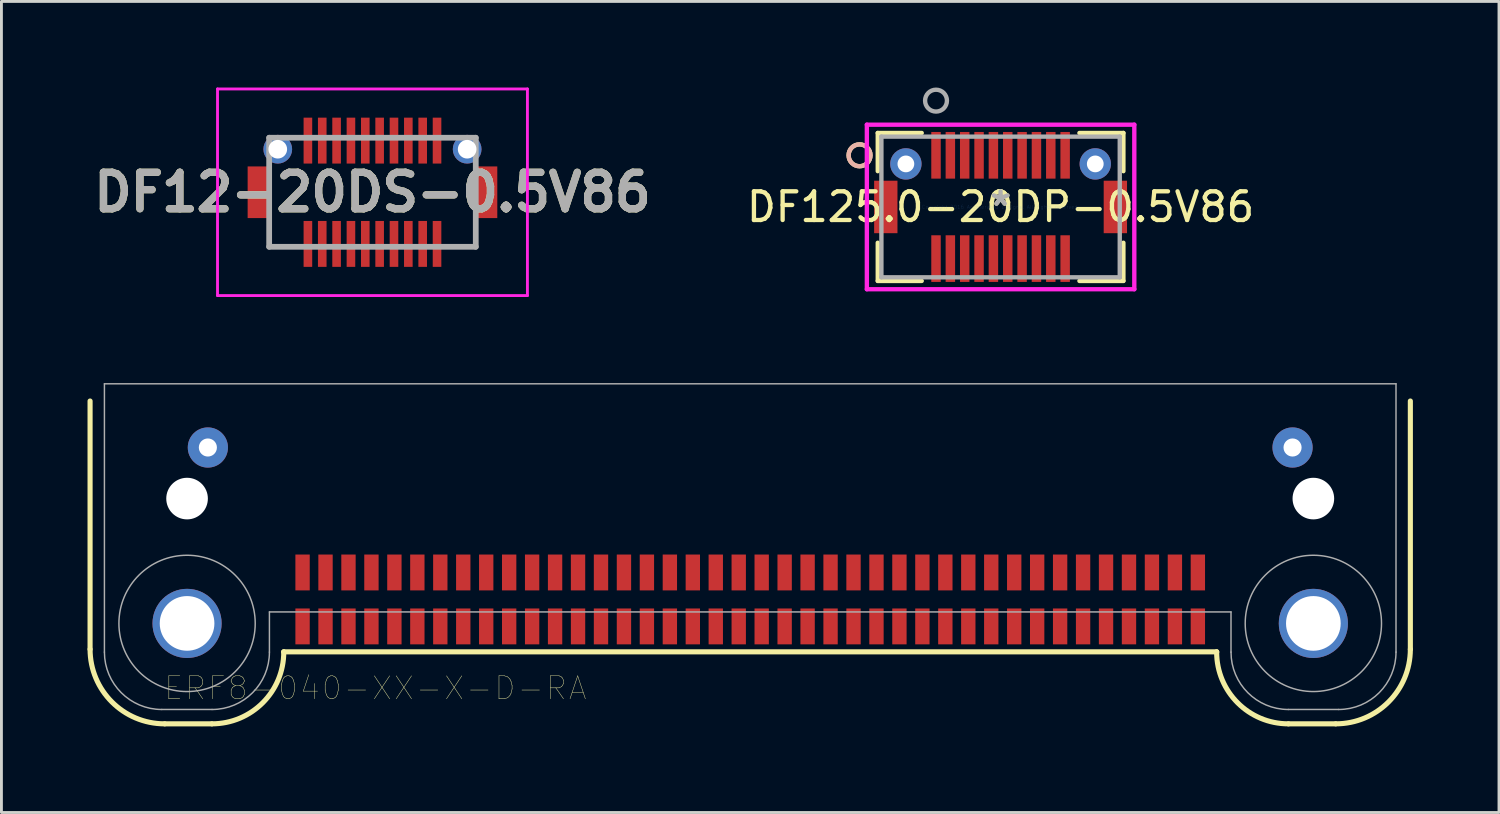
<source format=kicad_pcb>
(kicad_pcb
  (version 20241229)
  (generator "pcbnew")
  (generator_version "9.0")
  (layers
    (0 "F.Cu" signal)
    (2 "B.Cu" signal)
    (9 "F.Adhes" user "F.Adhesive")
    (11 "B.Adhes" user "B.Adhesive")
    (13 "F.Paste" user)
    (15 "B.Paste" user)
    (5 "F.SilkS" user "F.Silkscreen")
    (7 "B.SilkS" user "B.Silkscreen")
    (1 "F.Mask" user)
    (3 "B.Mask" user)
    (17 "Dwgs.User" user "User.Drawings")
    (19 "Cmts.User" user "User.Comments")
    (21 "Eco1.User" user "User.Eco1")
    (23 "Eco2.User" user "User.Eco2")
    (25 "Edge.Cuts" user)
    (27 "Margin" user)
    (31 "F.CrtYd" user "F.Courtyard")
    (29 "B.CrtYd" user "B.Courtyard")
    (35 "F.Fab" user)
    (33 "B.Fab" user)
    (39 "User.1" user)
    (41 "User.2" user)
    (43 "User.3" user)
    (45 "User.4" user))
  (footprint "ERF8-040-XX-X-D-RA"
    (layer "F.Cu")
    (at 23.094 17.84)
    (property "Reference" "ERF8-040-XX-X-D-RA" (at -13.06 3.092 0) (layer "F.SilkS") (effects (font (size 0.8 0.8) (thickness 0.015))))
    (attr through_hole)
    (fp_line (start -23.005 1.735) (end -23.005 -6.915) (stroke (width 0.178) (type solid)) (layer "F.SilkS"))
    (fp_line (start -18.759 4.335) (end -20.405 4.335) (stroke (width 0.178) (type solid)) (layer "F.SilkS"))
    (fp_line (start -16.255 1.825) (end -16.255 1.831) (stroke (width 0.178) (type solid)) (layer "F.SilkS"))
    (fp_line (start 16.255 1.825) (end -16.255 1.825) (stroke (width 0.178) (type solid)) (layer "F.SilkS"))
    (fp_line (start 16.255 1.835) (end 16.255 1.825) (stroke (width 0.178) (type solid)) (layer "F.SilkS"))
    (fp_line (start 20.405 4.335) (end 18.755 4.335) (stroke (width 0.178) (type solid)) (layer "F.SilkS"))
    (fp_line (start 23.005 -6.915) (end 23.005 1.735) (stroke (width 0.178) (type solid)) (layer "F.SilkS"))
    (fp_arc (start -20.405 4.335) (mid -22.243478 3.573478) (end -23.005 1.735) (stroke (width 0.1778) (type solid)) (layer "F.SilkS"))
    (fp_arc (start -16.255 1.831) (mid -16.988405 3.601595) (end -18.759 4.335) (stroke (width 0.1778) (type solid)) (layer "F.SilkS"))
    (fp_arc (start 18.755 4.335) (mid 16.987233 3.602767) (end 16.255 1.835) (stroke (width 0.1778) (type solid)) (layer "F.SilkS"))
    (fp_arc (start 23.005 1.735) (mid 22.243478 3.573478) (end 20.405 4.335) (stroke (width 0.1778) (type solid)) (layer "F.SilkS"))
    (fp_line (start -22.505 -7.515) (end 22.505 -7.515) (stroke (width 0.051) (type solid)) (layer "F.Fab"))
    (fp_line (start -22.505 1.835) (end -22.505 -7.515) (stroke (width 0.051) (type solid)) (layer "F.Fab"))
    (fp_line (start -18.755 3.835) (end -20.505 3.835) (stroke (width 0.051) (type solid)) (layer "F.Fab"))
    (fp_line (start -16.755 0.435) (end -16.755 1.835) (stroke (width 0.051) (type solid)) (layer "F.Fab"))
    (fp_line (start 16.755 0.435) (end -16.755 0.435) (stroke (width 0.051) (type solid)) (layer "F.Fab"))
    (fp_line (start 16.755 1.835) (end 16.755 0.435) (stroke (width 0.051) (type solid)) (layer "F.Fab"))
    (fp_line (start 20.505 3.835) (end 18.755 3.835) (stroke (width 0.051) (type solid)) (layer "F.Fab"))
    (fp_line (start 22.505 -7.515) (end 22.505 1.835) (stroke (width 0.051) (type solid)) (layer "F.Fab"))
    (fp_arc (start -20.505 3.835) (mid -21.919214 3.249214) (end -22.505 1.835) (stroke (width 0.0508) (type solid)) (layer "F.Fab"))
    (fp_arc (start -16.755 1.835) (mid -17.340786 3.249214) (end -18.755 3.835) (stroke (width 0.0508) (type solid)) (layer "F.Fab"))
    (fp_arc (start 18.755 3.835) (mid 17.340786 3.249214) (end 16.755 1.835) (stroke (width 0.0508) (type solid)) (layer "F.Fab"))
    (fp_arc (start 22.505 1.835) (mid 21.919214 3.249214) (end 20.505 3.835) (stroke (width 0.0508) (type solid)) (layer "F.Fab"))
    (fp_circle (center -19.625 0.835) (end -17.25 0.835) (stroke (width 0.051) (type solid)) (fill no) (layer "F.Fab"))
    (fp_circle (center 19.625 0.835) (end 22 0.835) (stroke (width 0.051) (type solid)) (fill no) (layer "F.Fab"))
    (pad "" np_thru_hole circle (at -19.625 -3.515) (size 1.45 1.45) (drill 1.45) (layers "*.Cu" "*.Mask"))
    (pad "" np_thru_hole circle (at 19.625 -3.515) (size 1.45 1.45) (drill 1.45) (layers "*.Cu" "*.Mask"))
    (pad "1" smd rect (at 15.6 -0.94) (size 0.5 1.25) (layers "F.Cu" "F.Mask" "F.Paste"))
    (pad "2" smd rect (at 15.6 0.94) (size 0.5 1.25) (layers "F.Cu" "F.Mask" "F.Paste"))
    (pad "3" smd rect (at 14.8 -0.94) (size 0.5 1.25) (layers "F.Cu" "F.Mask" "F.Paste"))
    (pad "4" smd rect (at 14.8 0.94) (size 0.5 1.25) (layers "F.Cu" "F.Mask" "F.Paste"))
    (pad "5" smd rect (at 14 -0.94) (size 0.5 1.25) (layers "F.Cu" "F.Mask" "F.Paste"))
    (pad "6" smd rect (at 14 0.94) (size 0.5 1.25) (layers "F.Cu" "F.Mask" "F.Paste"))
    (pad "7" smd rect (at 13.2 -0.94) (size 0.5 1.25) (layers "F.Cu" "F.Mask" "F.Paste"))
    (pad "8" smd rect (at 13.2 0.94) (size 0.5 1.25) (layers "F.Cu" "F.Mask" "F.Paste"))
    (pad "9" smd rect (at 12.4 -0.94) (size 0.5 1.25) (layers "F.Cu" "F.Mask" "F.Paste"))
    (pad "10" smd rect (at 12.4 0.94) (size 0.5 1.25) (layers "F.Cu" "F.Mask" "F.Paste"))
    (pad "11" smd rect (at 11.6 -0.94) (size 0.5 1.25) (layers "F.Cu" "F.Mask" "F.Paste"))
    (pad "12" smd rect (at 11.6 0.94) (size 0.5 1.25) (layers "F.Cu" "F.Mask" "F.Paste"))
    (pad "13" smd rect (at 10.8 -0.94) (size 0.5 1.25) (layers "F.Cu" "F.Mask" "F.Paste"))
    (pad "14" smd rect (at 10.8 0.94) (size 0.5 1.25) (layers "F.Cu" "F.Mask" "F.Paste"))
    (pad "15" smd rect (at 10 -0.94) (size 0.5 1.25) (layers "F.Cu" "F.Mask" "F.Paste"))
    (pad "16" smd rect (at 10 0.94) (size 0.5 1.25) (layers "F.Cu" "F.Mask" "F.Paste"))
    (pad "17" smd rect (at 9.2 -0.94) (size 0.5 1.25) (layers "F.Cu" "F.Mask" "F.Paste"))
    (pad "18" smd rect (at 9.2 0.94) (size 0.5 1.25) (layers "F.Cu" "F.Mask" "F.Paste"))
    (pad "19" smd rect (at 8.4 -0.94) (size 0.5 1.25) (layers "F.Cu" "F.Mask" "F.Paste"))
    (pad "20" smd rect (at 8.4 0.94) (size 0.5 1.25) (layers "F.Cu" "F.Mask" "F.Paste"))
    (pad "21" smd rect (at 7.6 -0.94) (size 0.5 1.25) (layers "F.Cu" "F.Mask" "F.Paste"))
    (pad "22" smd rect (at 7.6 0.94) (size 0.5 1.25) (layers "F.Cu" "F.Mask" "F.Paste"))
    (pad "23" smd rect (at 6.8 -0.94) (size 0.5 1.25) (layers "F.Cu" "F.Mask" "F.Paste"))
    (pad "24" smd rect (at 6.8 0.94) (size 0.5 1.25) (layers "F.Cu" "F.Mask" "F.Paste"))
    (pad "25" smd rect (at 6 -0.94) (size 0.5 1.25) (layers "F.Cu" "F.Mask" "F.Paste"))
    (pad "26" smd rect (at 6 0.94) (size 0.5 1.25) (layers "F.Cu" "F.Mask" "F.Paste"))
    (pad "27" smd rect (at 5.2 -0.94) (size 0.5 1.25) (layers "F.Cu" "F.Mask" "F.Paste"))
    (pad "28" smd rect (at 5.2 0.94) (size 0.5 1.25) (layers "F.Cu" "F.Mask" "F.Paste"))
    (pad "29" smd rect (at 4.4 -0.94) (size 0.5 1.25) (layers "F.Cu" "F.Mask" "F.Paste"))
    (pad "30" smd rect (at 4.4 0.94) (size 0.5 1.25) (layers "F.Cu" "F.Mask" "F.Paste"))
    (pad "31" smd rect (at 3.6 -0.94) (size 0.5 1.25) (layers "F.Cu" "F.Mask" "F.Paste"))
    (pad "32" smd rect (at 3.6 0.94) (size 0.5 1.25) (layers "F.Cu" "F.Mask" "F.Paste"))
    (pad "33" smd rect (at 2.8 -0.94) (size 0.5 1.25) (layers "F.Cu" "F.Mask" "F.Paste"))
    (pad "34" smd rect (at 2.8 0.94) (size 0.5 1.25) (layers "F.Cu" "F.Mask" "F.Paste"))
    (pad "35" smd rect (at 2 -0.94) (size 0.5 1.25) (layers "F.Cu" "F.Mask" "F.Paste"))
    (pad "36" smd rect (at 2 0.94) (size 0.5 1.25) (layers "F.Cu" "F.Mask" "F.Paste"))
    (pad "37" smd rect (at 1.2 -0.94) (size 0.5 1.25) (layers "F.Cu" "F.Mask" "F.Paste"))
    (pad "38" smd rect (at 1.2 0.94) (size 0.5 1.25) (layers "F.Cu" "F.Mask" "F.Paste"))
    (pad "39" smd rect (at 0.4 -0.94) (size 0.5 1.25) (layers "F.Cu" "F.Mask" "F.Paste"))
    (pad "40" smd rect (at 0.4 0.94) (size 0.5 1.25) (layers "F.Cu" "F.Mask" "F.Paste"))
    (pad "41" smd rect (at -0.4 -0.94) (size 0.5 1.25) (layers "F.Cu" "F.Mask" "F.Paste"))
    (pad "42" smd rect (at -0.4 0.94) (size 0.5 1.25) (layers "F.Cu" "F.Mask" "F.Paste"))
    (pad "43" smd rect (at -1.2 -0.94) (size 0.5 1.25) (layers "F.Cu" "F.Mask" "F.Paste"))
    (pad "44" smd rect (at -1.2 0.94) (size 0.5 1.25) (layers "F.Cu" "F.Mask" "F.Paste"))
    (pad "45" smd rect (at -2 -0.94) (size 0.5 1.25) (layers "F.Cu" "F.Mask" "F.Paste"))
    (pad "46" smd rect (at -2 0.94) (size 0.5 1.25) (layers "F.Cu" "F.Mask" "F.Paste"))
    (pad "47" smd rect (at -2.8 -0.94) (size 0.5 1.25) (layers "F.Cu" "F.Mask" "F.Paste"))
    (pad "48" smd rect (at -2.8 0.94) (size 0.5 1.25) (layers "F.Cu" "F.Mask" "F.Paste"))
    (pad "49" smd rect (at -3.6 -0.94) (size 0.5 1.25) (layers "F.Cu" "F.Mask" "F.Paste"))
    (pad "50" smd rect (at -3.6 0.94) (size 0.5 1.25) (layers "F.Cu" "F.Mask" "F.Paste"))
    (pad "51" smd rect (at -4.4 -0.94) (size 0.5 1.25) (layers "F.Cu" "F.Mask" "F.Paste"))
    (pad "52" smd rect (at -4.4 0.94) (size 0.5 1.25) (layers "F.Cu" "F.Mask" "F.Paste"))
    (pad "53" smd rect (at -5.2 -0.94) (size 0.5 1.25) (layers "F.Cu" "F.Mask" "F.Paste"))
    (pad "54" smd rect (at -5.2 0.94) (size 0.5 1.25) (layers "F.Cu" "F.Mask" "F.Paste"))
    (pad "55" smd rect (at -6 -0.94) (size 0.5 1.25) (layers "F.Cu" "F.Mask" "F.Paste"))
    (pad "56" smd rect (at -6 0.94) (size 0.5 1.25) (layers "F.Cu" "F.Mask" "F.Paste"))
    (pad "57" smd rect (at -6.8 -0.94) (size 0.5 1.25) (layers "F.Cu" "F.Mask" "F.Paste"))
    (pad "58" smd rect (at -6.8 0.94) (size 0.5 1.25) (layers "F.Cu" "F.Mask" "F.Paste"))
    (pad "59" smd rect (at -7.6 -0.94) (size 0.5 1.25) (layers "F.Cu" "F.Mask" "F.Paste"))
    (pad "60" smd rect (at -7.6 0.94) (size 0.5 1.25) (layers "F.Cu" "F.Mask" "F.Paste"))
    (pad "61" smd rect (at -8.4 -0.94) (size 0.5 1.25) (layers "F.Cu" "F.Mask" "F.Paste"))
    (pad "62" smd rect (at -8.4 0.94) (size 0.5 1.25) (layers "F.Cu" "F.Mask" "F.Paste"))
    (pad "63" smd rect (at -9.2 -0.94) (size 0.5 1.25) (layers "F.Cu" "F.Mask" "F.Paste"))
    (pad "64" smd rect (at -9.2 0.94) (size 0.5 1.25) (layers "F.Cu" "F.Mask" "F.Paste"))
    (pad "65" smd rect (at -10 -0.94) (size 0.5 1.25) (layers "F.Cu" "F.Mask" "F.Paste"))
    (pad "66" smd rect (at -10 0.94) (size 0.5 1.25) (layers "F.Cu" "F.Mask" "F.Paste"))
    (pad "67" smd rect (at -10.8 -0.94) (size 0.5 1.25) (layers "F.Cu" "F.Mask" "F.Paste"))
    (pad "68" smd rect (at -10.8 0.94) (size 0.5 1.25) (layers "F.Cu" "F.Mask" "F.Paste"))
    (pad "69" smd rect (at -11.6 -0.94) (size 0.5 1.25) (layers "F.Cu" "F.Mask" "F.Paste"))
    (pad "70" smd rect (at -11.6 0.94) (size 0.5 1.25) (layers "F.Cu" "F.Mask" "F.Paste"))
    (pad "71" smd rect (at -12.4 -0.94) (size 0.5 1.25) (layers "F.Cu" "F.Mask" "F.Paste"))
    (pad "72" smd rect (at -12.4 0.94) (size 0.5 1.25) (layers "F.Cu" "F.Mask" "F.Paste"))
    (pad "73" smd rect (at -13.2 -0.94) (size 0.5 1.25) (layers "F.Cu" "F.Mask" "F.Paste"))
    (pad "74" smd rect (at -13.2 0.94) (size 0.5 1.25) (layers "F.Cu" "F.Mask" "F.Paste"))
    (pad "75" smd rect (at -14 -0.94) (size 0.5 1.25) (layers "F.Cu" "F.Mask" "F.Paste"))
    (pad "76" smd rect (at -14 0.94) (size 0.5 1.25) (layers "F.Cu" "F.Mask" "F.Paste"))
    (pad "77" smd rect (at -14.8 -0.94) (size 0.5 1.25) (layers "F.Cu" "F.Mask" "F.Paste"))
    (pad "78" smd rect (at -14.8 0.94) (size 0.5 1.25) (layers "F.Cu" "F.Mask" "F.Paste"))
    (pad "79" smd rect (at -15.6 -0.94) (size 0.5 1.25) (layers "F.Cu" "F.Mask" "F.Paste"))
    (pad "80" smd rect (at -15.6 0.94) (size 0.5 1.25) (layers "F.Cu" "F.Mask" "F.Paste"))
    (pad "M1" thru_hole circle (at -19.625 0.835) (size 2.41 2.41) (drill 1.905) (layers "*.Cu" "*.Mask"))
    (pad "M2" thru_hole circle (at 19.625 0.835) (size 2.41 2.41) (drill 1.905) (layers "*.Cu" "*.Mask"))
    (pad "M3" thru_hole circle (at 18.9 -5.295) (size 1.4 1.4) (drill 0.63) (layers "*.Cu" "*.Mask"))
    (pad "M4" thru_hole circle (at -18.9 -5.295) (size 1.4 1.4) (drill 0.63) (layers "*.Cu" "*.Mask")))
  (footprint "DF12-20DS-0.5V86"
    (layer "F.Cu")
    (at 9.93 3.65)
    (property "Reference" "DF12-20DS-0.5V86" (at 0 0 0) (layer "F.SilkS") (effects (font (size 1.27 1.27) (thickness 0.254))))
    (attr through_hole)
    (fp_line (start -3.6 1.9) (end -3.6 1.135) (stroke (width 0.1) (type solid)) (layer "F.SilkS"))
    (fp_line (start -3.6 1.9) (end -2.62 1.9) (stroke (width 0.1) (type solid)) (layer "F.SilkS"))
    (fp_line (start 3.6 1.9) (end 2.666 1.9) (stroke (width 0.1) (type solid)) (layer "F.SilkS"))
    (fp_line (start 3.6 1.9) (end 3.6 1.2) (stroke (width 0.1) (type solid)) (layer "F.SilkS"))
    (fp_line (start -5.4 -3.6) (end 5.4 -3.6) (stroke (width 0.1) (type solid)) (layer "F.CrtYd"))
    (fp_line (start -5.4 3.6) (end -5.4 -3.6) (stroke (width 0.1) (type solid)) (layer "F.CrtYd"))
    (fp_line (start 5.4 -3.6) (end 5.4 3.6) (stroke (width 0.1) (type solid)) (layer "F.CrtYd"))
    (fp_line (start 5.4 3.6) (end -5.4 3.6) (stroke (width 0.1) (type solid)) (layer "F.CrtYd"))
    (fp_line (start -3.6 -1.9) (end 3.6 -1.9) (stroke (width 0.2) (type solid)) (layer "F.Fab"))
    (fp_line (start -3.6 1.9) (end -3.6 -1.9) (stroke (width 0.2) (type solid)) (layer "F.Fab"))
    (fp_line (start 3.6 -1.9) (end 3.6 1.9) (stroke (width 0.2) (type solid)) (layer "F.Fab"))
    (fp_line (start 3.6 1.9) (end -3.6 1.9) (stroke (width 0.2) (type solid)) (layer "F.Fab"))
    (fp_text user "${REFERENCE}" (at 0 0 0) (layer "F.Fab") (effects (font (size 1.27 1.27) (thickness 0.254))))
    (pad "1" smd rect (at -2.25 1.8) (size 0.3 1.6) (layers "F.Cu" "F.Mask" "F.Paste"))
    (pad "2" smd rect (at -2.25 -1.8) (size 0.3 1.6) (layers "F.Cu" "F.Mask" "F.Paste"))
    (pad "3" smd rect (at -1.75 1.8) (size 0.3 1.6) (layers "F.Cu" "F.Mask" "F.Paste"))
    (pad "4" smd rect (at -1.75 -1.8) (size 0.3 1.6) (layers "F.Cu" "F.Mask" "F.Paste"))
    (pad "5" smd rect (at -1.25 1.8) (size 0.3 1.6) (layers "F.Cu" "F.Mask" "F.Paste"))
    (pad "6" smd rect (at -1.25 -1.8) (size 0.3 1.6) (layers "F.Cu" "F.Mask" "F.Paste"))
    (pad "7" smd rect (at -0.75 1.8) (size 0.3 1.6) (layers "F.Cu" "F.Mask" "F.Paste"))
    (pad "8" smd rect (at -0.75 -1.8) (size 0.3 1.6) (layers "F.Cu" "F.Mask" "F.Paste"))
    (pad "9" smd rect (at -0.25 1.8) (size 0.3 1.6) (layers "F.Cu" "F.Mask" "F.Paste"))
    (pad "10" smd rect (at -0.25 -1.8) (size 0.3 1.6) (layers "F.Cu" "F.Mask" "F.Paste"))
    (pad "11" smd rect (at 0.25 1.8) (size 0.3 1.6) (layers "F.Cu" "F.Mask" "F.Paste"))
    (pad "12" smd rect (at 0.25 -1.8) (size 0.3 1.6) (layers "F.Cu" "F.Mask" "F.Paste"))
    (pad "13" smd rect (at 0.75 1.8) (size 0.3 1.6) (layers "F.Cu" "F.Mask" "F.Paste"))
    (pad "14" smd rect (at 0.75 -1.8) (size 0.3 1.6) (layers "F.Cu" "F.Mask" "F.Paste"))
    (pad "15" smd rect (at 1.25 1.8) (size 0.3 1.6) (layers "F.Cu" "F.Mask" "F.Paste"))
    (pad "16" smd rect (at 1.25 -1.8) (size 0.3 1.6) (layers "F.Cu" "F.Mask" "F.Paste"))
    (pad "17" smd rect (at 1.75 1.8) (size 0.3 1.6) (layers "F.Cu" "F.Mask" "F.Paste"))
    (pad "18" smd rect (at 1.75 -1.8) (size 0.3 1.6) (layers "F.Cu" "F.Mask" "F.Paste"))
    (pad "19" smd rect (at 2.25 1.8) (size 0.3 1.6) (layers "F.Cu" "F.Mask" "F.Paste"))
    (pad "20" smd rect (at 2.25 -1.8) (size 0.3 1.6) (layers "F.Cu" "F.Mask" "F.Paste"))
    (pad "MH1" thru_hole circle (at -3.3 -1.5) (size 1 1) (drill 0.65) (layers "*.Cu" "*.Mask"))
    (pad "MH2" thru_hole circle (at 3.3 -1.5) (size 1 1) (drill 0.65) (layers "*.Cu" "*.Mask"))
    (pad "MP1" smd rect (at -3.95 0) (size 0.8 1.8) (layers "F.Cu" "F.Mask" "F.Paste"))
    (pad "MP2" smd rect (at 3.95 0) (size 0.8 1.8) (layers "F.Cu" "F.Mask" "F.Paste")))
  (footprint "DF125.0-20DP-0.5V86"
    (layer "F.Cu")
    (at 31.819 4.162)
    (property "Reference" "DF125.0-20DP-0.5V86" (at 0 0 0) (layer "F.SilkS") (effects (font (size 1 1) (thickness 0.15))))
    (attr through_hole)
    (fp_line (start -4.28 -2.578) (end -4.28 -1.247) (stroke (width 0.152) (type solid)) (layer "F.SilkS"))
    (fp_line (start -4.28 1.247) (end -4.28 2.578) (stroke (width 0.152) (type solid)) (layer "F.SilkS"))
    (fp_line (start -4.28 2.578) (end -2.748 2.578) (stroke (width 0.152) (type solid)) (layer "F.SilkS"))
    (fp_line (start -2.748 -2.578) (end -4.28 -2.578) (stroke (width 0.152) (type solid)) (layer "F.SilkS"))
    (fp_line (start 2.748 2.578) (end 4.28 2.578) (stroke (width 0.152) (type solid)) (layer "F.SilkS"))
    (fp_line (start 4.28 -2.578) (end 2.748 -2.578) (stroke (width 0.152) (type solid)) (layer "F.SilkS"))
    (fp_line (start 4.28 -1.247) (end 4.28 -2.578) (stroke (width 0.152) (type solid)) (layer "F.SilkS"))
    (fp_line (start 4.28 2.578) (end 4.28 1.247) (stroke (width 0.152) (type solid)) (layer "F.SilkS"))
    (fp_circle (center -4.915 -1.8) (end -4.534 -1.8) (stroke (width 0.152) (type solid)) (fill no) (layer "F.SilkS"))
    (fp_circle (center -4.915 -1.8) (end -4.534 -1.8) (stroke (width 0.152) (type solid)) (fill no) (layer "B.SilkS"))
    (fp_line (start -4.66 -2.867) (end -4.66 2.867) (stroke (width 0.152) (type solid)) (layer "F.CrtYd"))
    (fp_line (start -4.66 2.867) (end 4.66 2.867) (stroke (width 0.152) (type solid)) (layer "F.CrtYd"))
    (fp_line (start 4.66 -2.867) (end -4.66 -2.867) (stroke (width 0.152) (type solid)) (layer "F.CrtYd"))
    (fp_line (start 4.66 2.867) (end 4.66 -2.867) (stroke (width 0.152) (type solid)) (layer "F.CrtYd"))
    (fp_line (start -4.153 -2.451) (end -4.153 2.451) (stroke (width 0.152) (type solid)) (layer "F.Fab"))
    (fp_line (start -4.153 2.451) (end 4.153 2.451) (stroke (width 0.152) (type solid)) (layer "F.Fab"))
    (fp_line (start 4.153 -2.451) (end -4.153 -2.451) (stroke (width 0.152) (type solid)) (layer "F.Fab"))
    (fp_line (start 4.153 2.451) (end 4.153 -2.451) (stroke (width 0.152) (type solid)) (layer "F.Fab"))
    (fp_circle (center -2.25 -3.705) (end -1.869 -3.705) (stroke (width 0.152) (type solid)) (fill no) (layer "F.Fab"))
    (fp_text user "*" (at 0 0 0) (layer "F.SilkS") (effects (font (size 1 1) (thickness 0.15))))
    (fp_text user "Copyright 2016 Accelerated Designs. All rights reserved." (at 0 0 0) (layer "Cmts.User") (effects (font (size 0.127 0.127) (thickness 0.002))))
    (fp_text user "*" (at 0 0 0) (layer "F.Fab") (effects (font (size 1 1) (thickness 0.15))))
    (pad "1" smd rect (at -2.25 -1.8) (size 0.33 1.626) (layers "F.Cu" "F.Mask" "F.Paste"))
    (pad "2" smd rect (at -2.25 1.8) (size 0.33 1.626) (layers "F.Cu" "F.Mask" "F.Paste"))
    (pad "3" smd rect (at -1.75 -1.8) (size 0.33 1.626) (layers "F.Cu" "F.Mask" "F.Paste"))
    (pad "4" smd rect (at -1.75 1.8) (size 0.33 1.626) (layers "F.Cu" "F.Mask" "F.Paste"))
    (pad "5" smd rect (at -1.25 -1.8) (size 0.33 1.626) (layers "F.Cu" "F.Mask" "F.Paste"))
    (pad "6" smd rect (at -1.25 1.8) (size 0.33 1.626) (layers "F.Cu" "F.Mask" "F.Paste"))
    (pad "7" smd rect (at -0.75 -1.8) (size 0.33 1.626) (layers "F.Cu" "F.Mask" "F.Paste"))
    (pad "8" smd rect (at -0.75 1.8) (size 0.33 1.626) (layers "F.Cu" "F.Mask" "F.Paste"))
    (pad "9" smd rect (at -0.25 -1.8) (size 0.33 1.626) (layers "F.Cu" "F.Mask" "F.Paste"))
    (pad "10" smd rect (at -0.25 1.8) (size 0.33 1.626) (layers "F.Cu" "F.Mask" "F.Paste"))
    (pad "11" smd rect (at 0.25 -1.8) (size 0.33 1.626) (layers "F.Cu" "F.Mask" "F.Paste"))
    (pad "12" smd rect (at 0.25 1.8) (size 0.33 1.626) (layers "F.Cu" "F.Mask" "F.Paste"))
    (pad "13" smd rect (at 0.75 -1.8) (size 0.33 1.626) (layers "F.Cu" "F.Mask" "F.Paste"))
    (pad "14" smd rect (at 0.75 1.8) (size 0.33 1.626) (layers "F.Cu" "F.Mask" "F.Paste"))
    (pad "15" smd rect (at 1.25 -1.8) (size 0.33 1.626) (layers "F.Cu" "F.Mask" "F.Paste"))
    (pad "16" smd rect (at 1.25 1.8) (size 0.33 1.626) (layers "F.Cu" "F.Mask" "F.Paste"))
    (pad "17" smd rect (at 1.75 -1.8) (size 0.33 1.626) (layers "F.Cu" "F.Mask" "F.Paste"))
    (pad "18" smd rect (at 1.75 1.8) (size 0.33 1.626) (layers "F.Cu" "F.Mask" "F.Paste"))
    (pad "19" smd rect (at 2.25 -1.8) (size 0.33 1.626) (layers "F.Cu" "F.Mask" "F.Paste"))
    (pad "20" smd rect (at 2.25 1.8) (size 0.33 1.626) (layers "F.Cu" "F.Mask" "F.Paste"))
    (pad "21" smd rect (at -4 0) (size 0.813 1.829) (layers "F.Cu" "F.Mask" "F.Paste"))
    (pad "22" smd rect (at 4 0) (size 0.813 1.829) (layers "F.Cu" "F.Mask" "F.Paste"))
    (pad "23" thru_hole circle (at -3.3 -1.5) (size 1.092 1.092) (drill 0.584) (layers "*.Cu" "*.Mask"))
    (pad "24" thru_hole circle (at 3.3 -1.5) (size 1.092 1.092) (drill 0.584) (layers "*.Cu" "*.Mask")))
  (gr_rect
    (start -3 -3)
    (end 49.188 25.264)
    (stroke (width 0.1) (type default))
    (fill no)
    (layer "Edge.Cuts")))
</source>
